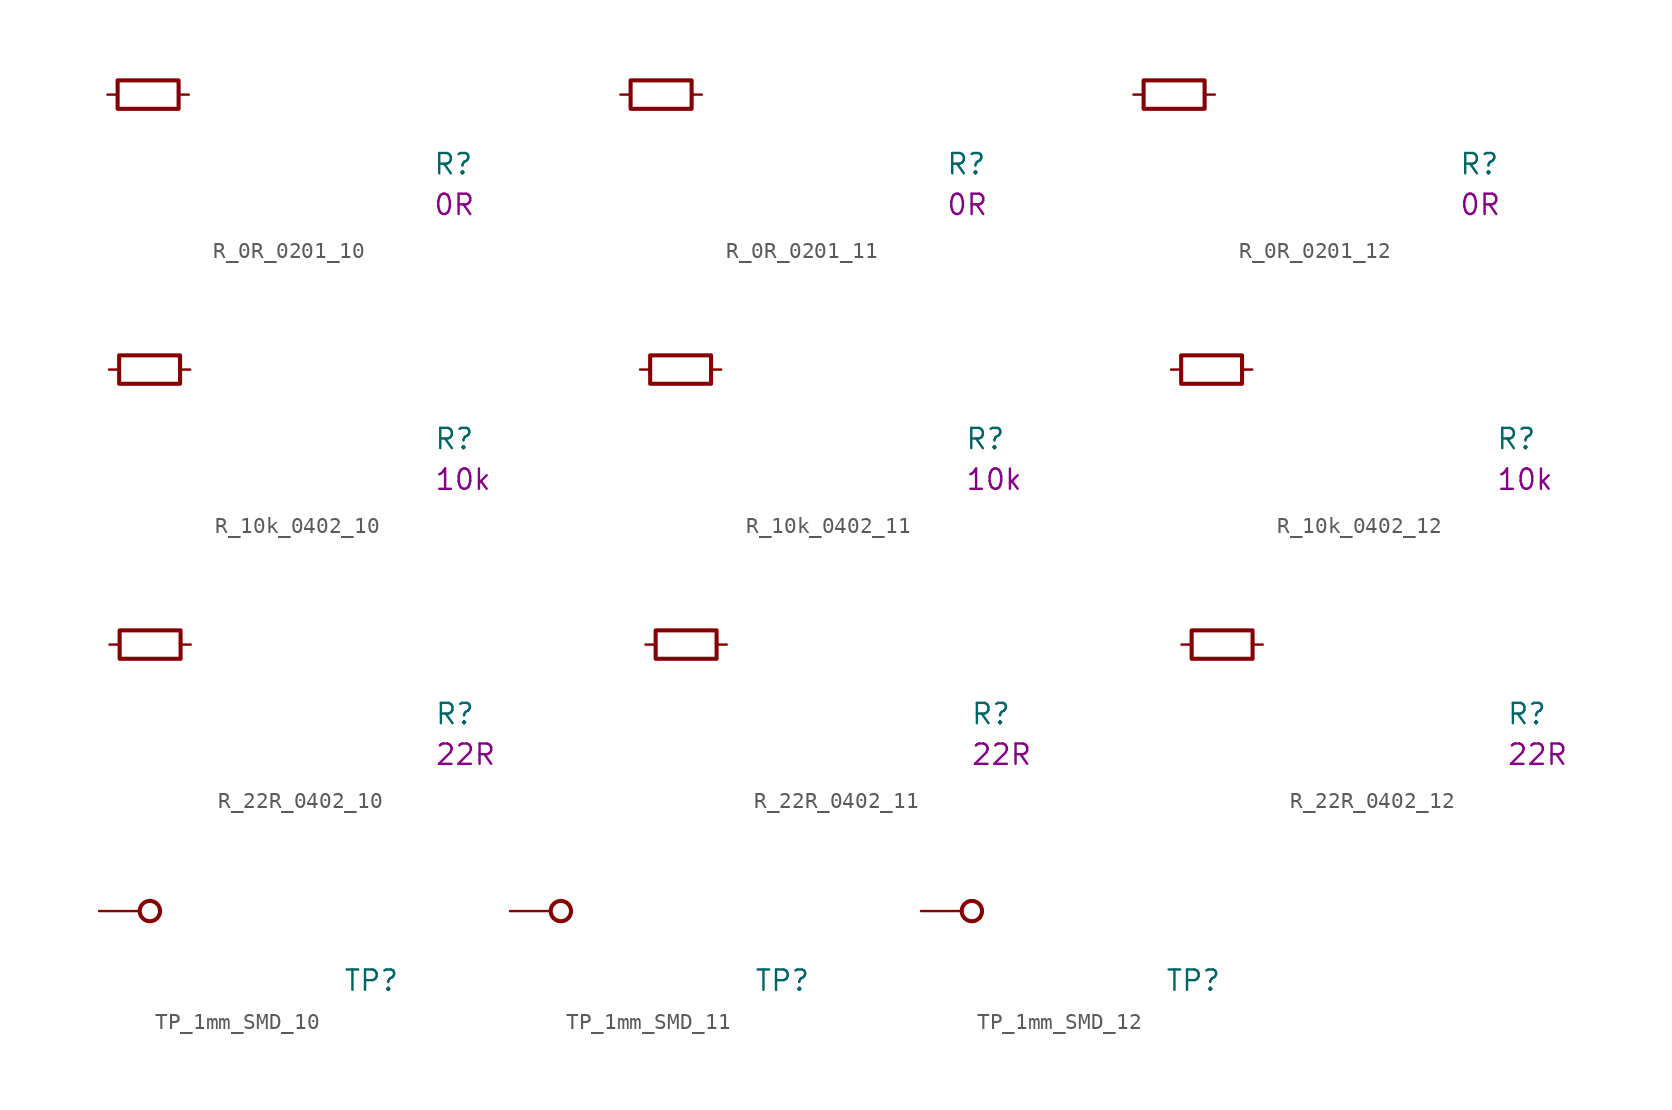
<source format=kicad_sym>
(kicad_symbol_lib
  (version 20211014)
  (generator kicad_symbol_editor)
  (symbol "data-center-rdimm-ddr4-tester:R_0R_0201_10"
    (pin_numbers hide)
    (pin_names hide)
    (property "Reference" "R"
      (at 20.32 -5.08 0)
      (effects (font (size 1.27 1.27) (thickness 0.15)) (justify left bottom)))
    (property "Val" "0R"
      (at 20.32 -7.62 0)
      (effects (font (size 1.27 1.27) (thickness 0.15)) (justify left bottom)))
    (symbol "R_0R_0201_10_0_1"
      (rectangle (start 0.635 0.889) (end 4.445 -0.889) (stroke (width 0.254) (type default)) (fill (type none))))
    (symbol "R_0R_0201_10_1_1"
      (pin passive line (at 0 0 0) (length 0.635) (name "~" (effects (font (size 1.27 1.27)))) (number "1" (effects (font (size 1.27 1.27)))))
      (pin passive line (at 5.08 0 180) (length 0.635) (name "~" (effects (font (size 1.27 1.27)))) (number "2" (effects (font (size 1.27 1.27)))))))
  (symbol "data-center-rdimm-ddr4-tester:R_0R_0201_11"
    (pin_numbers hide)
    (pin_names hide)
    (property "Reference" "R"
      (at 20.32 -5.08 0)
      (effects (font (size 1.27 1.27) (thickness 0.15)) (justify left bottom)))
    (property "Val" "0R"
      (at 20.32 -7.62 0)
      (effects (font (size 1.27 1.27) (thickness 0.15)) (justify left bottom)))
    (symbol "R_0R_0201_11_0_1"
      (rectangle (start 0.635 0.889) (end 4.445 -0.889) (stroke (width 0.254) (type default)) (fill (type none))))
    (symbol "R_0R_0201_11_1_1"
      (pin passive line (at 0 0 0) (length 0.635) (name "~" (effects (font (size 1.27 1.27)))) (number "1" (effects (font (size 1.27 1.27)))))
      (pin passive line (at 5.08 0 180) (length 0.635) (name "~" (effects (font (size 1.27 1.27)))) (number "2" (effects (font (size 1.27 1.27)))))))
  (symbol "data-center-rdimm-ddr4-tester:R_0R_0201_12"
    (pin_numbers hide)
    (pin_names hide)
    (property "Reference" "R"
      (at 20.32 -5.08 0)
      (effects (font (size 1.27 1.27) (thickness 0.15)) (justify left bottom)))
    (property "Val" "0R"
      (at 20.32 -7.62 0)
      (effects (font (size 1.27 1.27) (thickness 0.15)) (justify left bottom)))
    (symbol "R_0R_0201_12_0_1"
      (rectangle (start 0.635 0.889) (end 4.445 -0.889) (stroke (width 0.254) (type default)) (fill (type none))))
    (symbol "R_0R_0201_12_1_1"
      (pin passive line (at 0 0 0) (length 0.635) (name "~" (effects (font (size 1.27 1.27)))) (number "1" (effects (font (size 1.27 1.27)))))
      (pin passive line (at 5.08 0 180) (length 0.635) (name "~" (effects (font (size 1.27 1.27)))) (number "2" (effects (font (size 1.27 1.27)))))))
  (symbol "data-center-rdimm-ddr4-tester:R_10k_0402_10"
    (pin_numbers hide)
    (pin_names hide)
    (property "Reference" "R"
      (at 20.32 -5.08 0)
      (effects (font (size 1.27 1.27) (thickness 0.15)) (justify left bottom)))
    (property "Val" "10k"
      (at 20.32 -7.62 0)
      (effects (font (size 1.27 1.27) (thickness 0.15)) (justify left bottom)))
    (symbol "R_10k_0402_10_0_1"
      (rectangle (start 0.635 0.889) (end 4.445 -0.889) (stroke (width 0.254) (type default)) (fill (type none))))
    (symbol "R_10k_0402_10_1_1"
      (pin passive line (at 0 0 0) (length 0.635) (name "~" (effects (font (size 1.27 1.27)))) (number "1" (effects (font (size 1.27 1.27)))))
      (pin passive line (at 5.08 0 180) (length 0.635) (name "~" (effects (font (size 1.27 1.27)))) (number "2" (effects (font (size 1.27 1.27)))))))
  (symbol "data-center-rdimm-ddr4-tester:R_10k_0402_11"
    (pin_numbers hide)
    (pin_names hide)
    (property "Reference" "R"
      (at 20.32 -5.08 0)
      (effects (font (size 1.27 1.27) (thickness 0.15)) (justify left bottom)))
    (property "Val" "10k"
      (at 20.32 -7.62 0)
      (effects (font (size 1.27 1.27) (thickness 0.15)) (justify left bottom)))
    (symbol "R_10k_0402_11_0_1"
      (rectangle (start 0.635 0.889) (end 4.445 -0.889) (stroke (width 0.254) (type default)) (fill (type none))))
    (symbol "R_10k_0402_11_1_1"
      (pin passive line (at 0 0 0) (length 0.635) (name "~" (effects (font (size 1.27 1.27)))) (number "1" (effects (font (size 1.27 1.27)))))
      (pin passive line (at 5.08 0 180) (length 0.635) (name "~" (effects (font (size 1.27 1.27)))) (number "2" (effects (font (size 1.27 1.27)))))))
  (symbol "data-center-rdimm-ddr4-tester:R_10k_0402_12"
    (pin_numbers hide)
    (pin_names hide)
    (property "Reference" "R"
      (at 20.32 -5.08 0)
      (effects (font (size 1.27 1.27) (thickness 0.15)) (justify left bottom)))
    (property "Val" "10k"
      (at 20.32 -7.62 0)
      (effects (font (size 1.27 1.27) (thickness 0.15)) (justify left bottom)))
    (symbol "R_10k_0402_12_0_1"
      (rectangle (start 0.635 0.889) (end 4.445 -0.889) (stroke (width 0.254) (type default)) (fill (type none))))
    (symbol "R_10k_0402_12_1_1"
      (pin passive line (at 0 0 0) (length 0.635) (name "~" (effects (font (size 1.27 1.27)))) (number "1" (effects (font (size 1.27 1.27)))))
      (pin passive line (at 5.08 0 180) (length 0.635) (name "~" (effects (font (size 1.27 1.27)))) (number "2" (effects (font (size 1.27 1.27)))))))
  (symbol "data-center-rdimm-ddr4-tester:R_22R_0402_10"
    (pin_numbers hide)
    (pin_names hide)
    (property "Reference" "R"
      (at 20.32 -5.08 0)
      (effects (font (size 1.27 1.27) (thickness 0.15)) (justify left bottom)))
    (property "Val" "22R"
      (at 20.32 -7.62 0)
      (effects (font (size 1.27 1.27) (thickness 0.15)) (justify left bottom)))
    (symbol "R_22R_0402_10_0_1"
      (rectangle (start 0.635 0.889) (end 4.445 -0.889) (stroke (width 0.254) (type default)) (fill (type none))))
    (symbol "R_22R_0402_10_1_1"
      (pin passive line (at 0 0 0) (length 0.635) (name "~" (effects (font (size 1.27 1.27)))) (number "1" (effects (font (size 1.27 1.27)))))
      (pin passive line (at 5.08 0 180) (length 0.635) (name "~" (effects (font (size 1.27 1.27)))) (number "2" (effects (font (size 1.27 1.27)))))))
  (symbol "data-center-rdimm-ddr4-tester:R_22R_0402_11"
    (pin_numbers hide)
    (pin_names hide)
    (property "Reference" "R"
      (at 20.32 -5.08 0)
      (effects (font (size 1.27 1.27) (thickness 0.15)) (justify left bottom)))
    (property "Val" "22R"
      (at 20.32 -7.62 0)
      (effects (font (size 1.27 1.27) (thickness 0.15)) (justify left bottom)))
    (symbol "R_22R_0402_11_0_1"
      (rectangle (start 0.635 0.889) (end 4.445 -0.889) (stroke (width 0.254) (type default)) (fill (type none))))
    (symbol "R_22R_0402_11_1_1"
      (pin passive line (at 0 0 0) (length 0.635) (name "~" (effects (font (size 1.27 1.27)))) (number "1" (effects (font (size 1.27 1.27)))))
      (pin passive line (at 5.08 0 180) (length 0.635) (name "~" (effects (font (size 1.27 1.27)))) (number "2" (effects (font (size 1.27 1.27)))))))
  (symbol "data-center-rdimm-ddr4-tester:R_22R_0402_12"
    (pin_numbers hide)
    (pin_names hide)
    (property "Reference" "R"
      (at 20.32 -5.08 0)
      (effects (font (size 1.27 1.27) (thickness 0.15)) (justify left bottom)))
    (property "Val" "22R"
      (at 20.32 -7.62 0)
      (effects (font (size 1.27 1.27) (thickness 0.15)) (justify left bottom)))
    (symbol "R_22R_0402_12_0_1"
      (rectangle (start 0.635 0.889) (end 4.445 -0.889) (stroke (width 0.254) (type default)) (fill (type none))))
    (symbol "R_22R_0402_12_1_1"
      (pin passive line (at 0 0 0) (length 0.635) (name "~" (effects (font (size 1.27 1.27)))) (number "1" (effects (font (size 1.27 1.27)))))
      (pin passive line (at 5.08 0 180) (length 0.635) (name "~" (effects (font (size 1.27 1.27)))) (number "2" (effects (font (size 1.27 1.27)))))))
  (symbol "data-center-rdimm-ddr4-tester:TP_1mm_SMD_10"
    (pin_numbers hide)
    (pin_names hide)
    (property "Reference" "TP"
      (at 15.24 -5.08 0)
      (effects (font (size 1.27 1.27) (thickness 0.15)) (justify left bottom)))
    (symbol "TP_1mm_SMD_10_1_1"
      (circle (center 3.175 0) (radius 0.635) (stroke (width 0.254) (type default)) (fill (type none)))
      (pin passive line (at 0 0 0) (length 2.54) (name "1" (effects (font (size 1.27 1.27)))) (number "1" (effects (font (size 1.27 1.27)))))))
  (symbol "data-center-rdimm-ddr4-tester:TP_1mm_SMD_11"
    (pin_numbers hide)
    (pin_names hide)
    (property "Reference" "TP"
      (at 15.24 -5.08 0)
      (effects (font (size 1.27 1.27) (thickness 0.15)) (justify left bottom)))
    (symbol "TP_1mm_SMD_11_1_1"
      (circle (center 3.175 0) (radius 0.635) (stroke (width 0.254) (type default)) (fill (type none)))
      (pin passive line (at 0 0 0) (length 2.54) (name "1" (effects (font (size 1.27 1.27)))) (number "1" (effects (font (size 1.27 1.27)))))))
  (symbol "data-center-rdimm-ddr4-tester:TP_1mm_SMD_12"
    (pin_numbers hide)
    (pin_names hide)
    (property "Reference" "TP"
      (at 15.24 -5.08 0)
      (effects (font (size 1.27 1.27) (thickness 0.15)) (justify left bottom)))
    (symbol "TP_1mm_SMD_12_1_1"
      (circle (center 3.175 0) (radius 0.635) (stroke (width 0.254) (type default)) (fill (type none)))
      (pin passive line (at 0 0 0) (length 2.54) (name "1" (effects (font (size 1.27 1.27)))) (number "1" (effects (font (size 1.27 1.27))))))))
</source>
